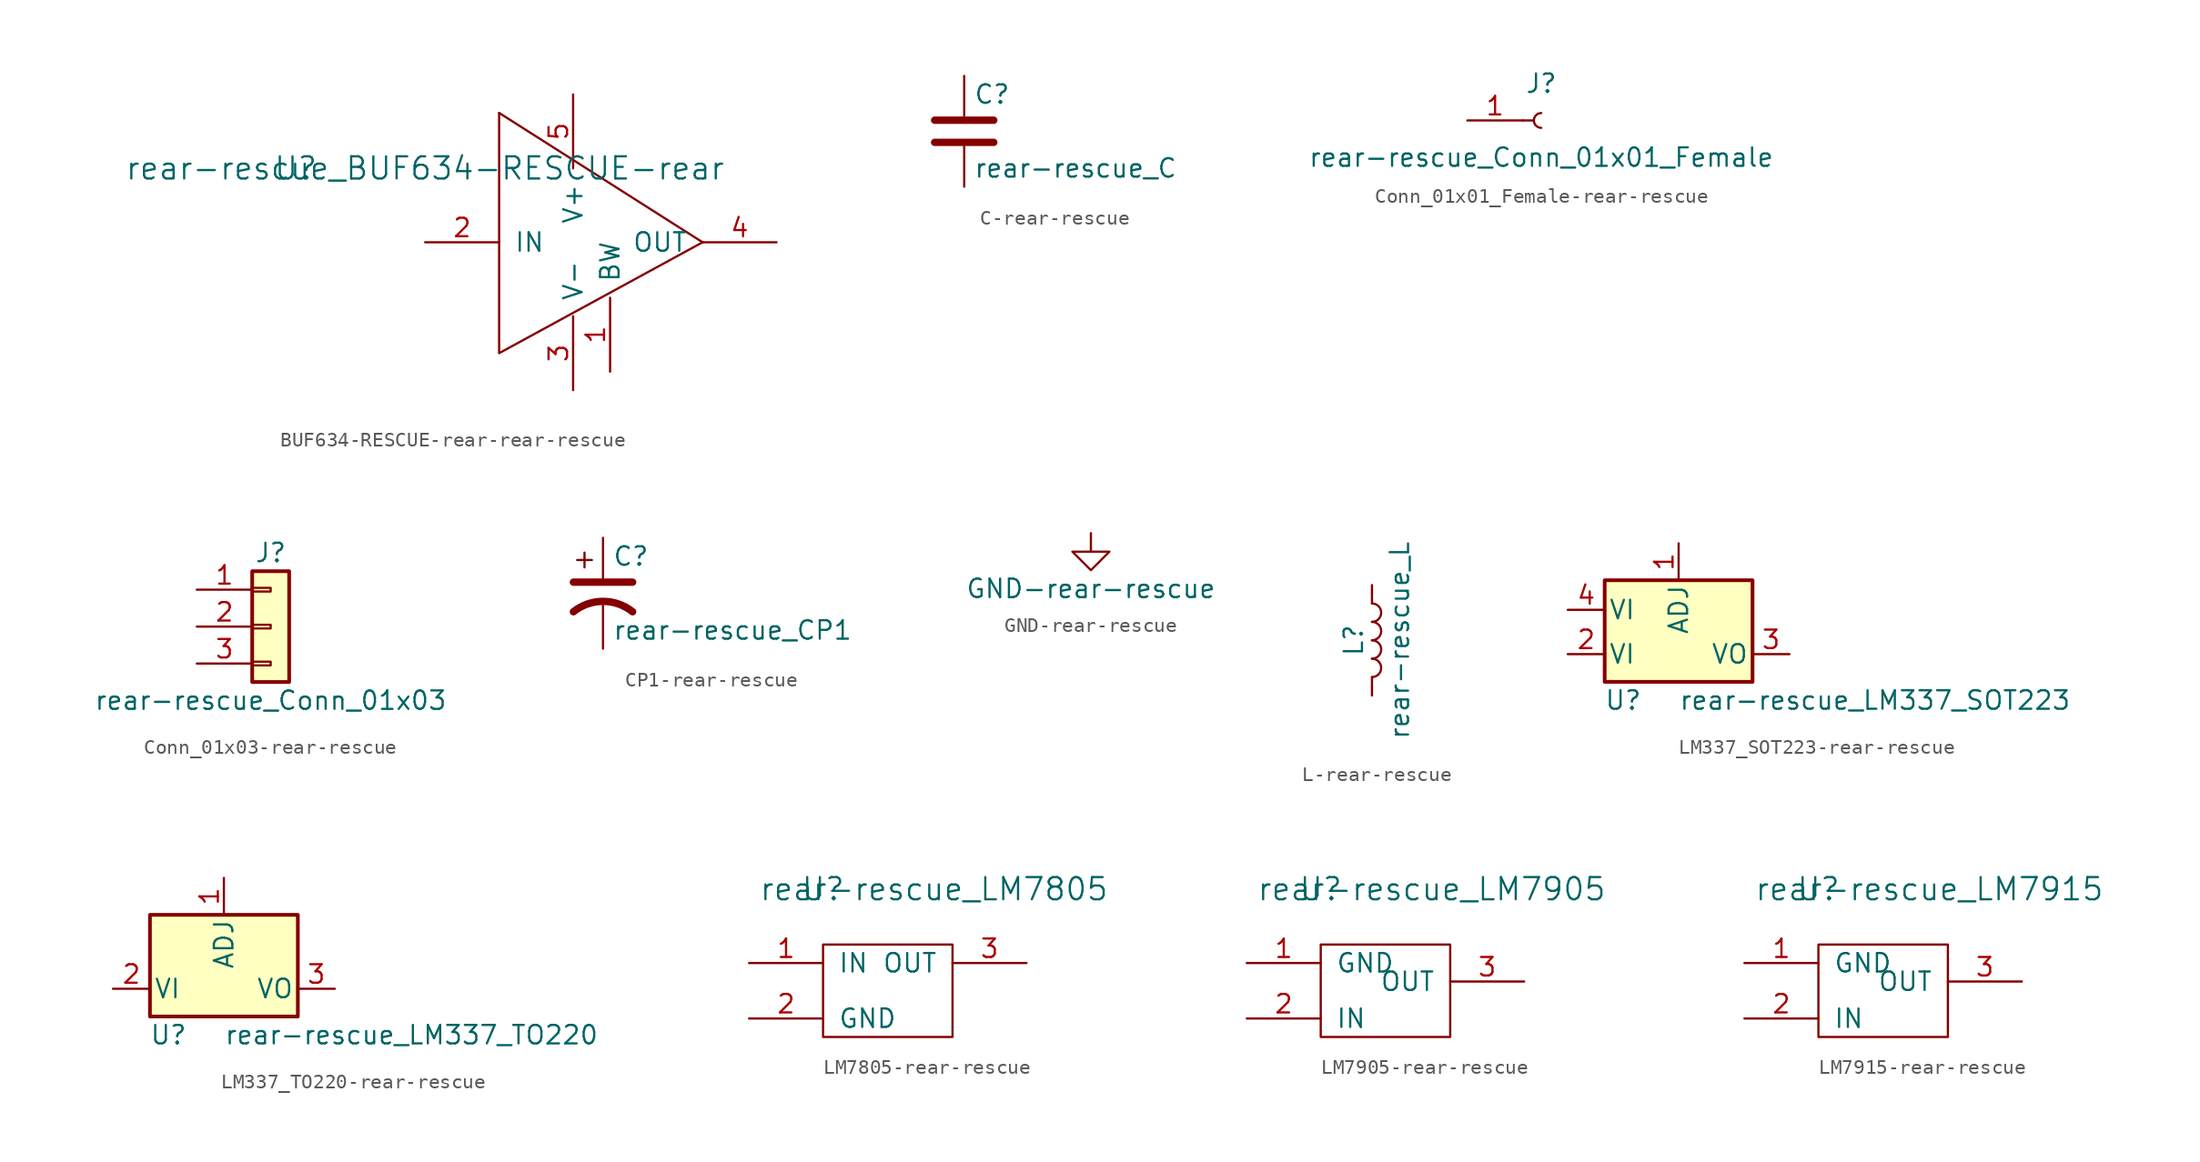
<source format=kicad_sym>
(kicad_symbol_lib
  (version 20220914)
  (generator kicad_symbol_editor)
  (symbol "BUF634-RESCUE-rear-rear-rescue"
    (pin_names
      (offset 1.016))
    (property "Reference" "U"
      (at -10.16 -12.7 0)
      (effects (font (size 1.524 1.524))))
    (property "Value" "rear-rescue_BUF634-RESCUE-rear"
      (at -1.27 -12.7 0)
      (effects (font (size 1.524 1.524))))
    (symbol "BUF634-RESCUE-rear-rear-rescue_0_1"
      (polyline (pts (xy 17.78 -17.78) (xy 3.81 -8.89)) (stroke (width 0) (type solid)) (fill (type none)))
      (polyline (pts (xy 17.78 -17.78) (xy 3.81 -25.4) (xy 3.81 -8.89)) (stroke (width 0) (type solid)) (fill (type none))))
    (symbol "BUF634-RESCUE-rear-rear-rescue_1_1"
      (pin passive line (at 11.43 -26.67 90) (length 5.08) (name "BW" (effects (font (size 1.27 1.27)))) (number "1" (effects (font (size 1.27 1.27)))))
      (pin passive line (at -1.27 -17.78 0) (length 5.08) (name "IN" (effects (font (size 1.27 1.27)))) (number "2" (effects (font (size 1.27 1.27)))))
      (pin passive line (at 8.89 -27.94 90) (length 5.08) (name "V-" (effects (font (size 1.27 1.27)))) (number "3" (effects (font (size 1.27 1.27)))))
      (pin passive line (at 22.86 -17.78 180) (length 5.08) (name "OUT" (effects (font (size 1.27 1.27)))) (number "4" (effects (font (size 1.27 1.27)))))
      (pin passive line (at 8.89 -7.62 270) (length 5.08) (name "V+" (effects (font (size 1.27 1.27)))) (number "5" (effects (font (size 1.27 1.27)))))))
  (symbol "C-rear-rescue"
    (pin_numbers hide)
    (pin_names
      (offset 0.254))
    (property "Reference" "C"
      (at 0.635 2.54 0)
      (effects (font (size 1.27 1.27)) (justify left)))
    (property "Value" "rear-rescue_C"
      (at 0.635 -2.54 0)
      (effects (font (size 1.27 1.27)) (justify left)))
    (symbol "C-rear-rescue_0_1"
      (polyline (pts (xy -2.032 -0.762) (xy 2.032 -0.762)) (stroke (width 0.508) (type solid)) (fill (type none)))
      (polyline (pts (xy -2.032 0.762) (xy 2.032 0.762)) (stroke (width 0.508) (type solid)) (fill (type none))))
    (symbol "C-rear-rescue_1_1"
      (pin passive line (at 0 3.81 270) (length 2.794) (name "~" (effects (font (size 1.27 1.27)))) (number "1" (effects (font (size 1.27 1.27)))))
      (pin passive line (at 0 -3.81 90) (length 2.794) (name "~" (effects (font (size 1.27 1.27)))) (number "2" (effects (font (size 1.27 1.27)))))))
  (symbol "Conn_01x01_Female-rear-rescue"
    (pin_names
      (offset 1.016) hide)
    (property "Reference" "J"
      (at 0 2.54 0)
      (effects (font (size 1.27 1.27))))
    (property "Value" "rear-rescue_Conn_01x01_Female"
      (at 0 -2.54 0)
      (effects (font (size 1.27 1.27))))
    (symbol "Conn_01x01_Female-rear-rescue_1_1"
      (polyline (pts (xy -1.27 0) (xy -0.508 0)) (stroke (width 0.152) (type solid)) (fill (type none)))
      (arc (start 0 0.508) (mid -0.5058 0) (end 0 -0.508) (stroke (width 0.1524) (type solid)) (fill (type none)))
      (pin passive line (at -5.08 0 0) (length 3.81) (name "Pin_1" (effects (font (size 1.27 1.27)))) (number "1" (effects (font (size 1.27 1.27)))))))
  (symbol "Conn_01x03-rear-rescue"
    (pin_names
      (offset 1.016) hide)
    (property "Reference" "J"
      (at 0 5.08 0)
      (effects (font (size 1.27 1.27))))
    (property "Value" "rear-rescue_Conn_01x03"
      (at 0 -5.08 0)
      (effects (font (size 1.27 1.27))))
    (symbol "Conn_01x03-rear-rescue_1_1"
      (rectangle (start -1.27 -2.413) (end 0 -2.667) (stroke (width 0.152) (type solid)) (fill (type none)))
      (rectangle (start -1.27 0.127) (end 0 -0.127) (stroke (width 0.152) (type solid)) (fill (type none)))
      (rectangle (start -1.27 2.667) (end 0 2.413) (stroke (width 0.152) (type solid)) (fill (type none)))
      (rectangle (start -1.27 3.81) (end 1.27 -3.81) (stroke (width 0.254) (type solid)) (fill (type background)))
      (pin passive line (at -5.08 2.54 0) (length 3.81) (name "Pin_1" (effects (font (size 1.27 1.27)))) (number "1" (effects (font (size 1.27 1.27)))))
      (pin passive line (at -5.08 0 0) (length 3.81) (name "Pin_2" (effects (font (size 1.27 1.27)))) (number "2" (effects (font (size 1.27 1.27)))))
      (pin passive line (at -5.08 -2.54 0) (length 3.81) (name "Pin_3" (effects (font (size 1.27 1.27)))) (number "3" (effects (font (size 1.27 1.27)))))))
  (symbol "CP1-rear-rescue"
    (pin_numbers hide)
    (pin_names
      (offset 0.254) hide)
    (property "Reference" "C"
      (at 0.635 2.54 0)
      (effects (font (size 1.27 1.27)) (justify left)))
    (property "Value" "rear-rescue_CP1"
      (at 0.635 -2.54 0)
      (effects (font (size 1.27 1.27)) (justify left)))
    (symbol "CP1-rear-rescue_0_1"
      (polyline (pts (xy -2.032 0.762) (xy 2.032 0.762)) (stroke (width 0.508) (type solid)) (fill (type none)))
      (polyline (pts (xy -1.778 2.286) (xy -0.762 2.286)) (stroke (width 0) (type solid)) (fill (type none)))
      (polyline (pts (xy -1.27 1.778) (xy -1.27 2.794)) (stroke (width 0) (type solid)) (fill (type none)))
      (arc (start 2.032 -1.27) (mid 0 -0.5572) (end -2.032 -1.27) (stroke (width 0.508) (type solid)) (fill (type none))))
    (symbol "CP1-rear-rescue_1_1"
      (pin passive line (at 0 3.81 270) (length 2.794) (name "~" (effects (font (size 1.27 1.27)))) (number "1" (effects (font (size 1.27 1.27)))))
      (pin passive line (at 0 -3.81 90) (length 3.302) (name "~" (effects (font (size 1.27 1.27)))) (number "2" (effects (font (size 1.27 1.27)))))))
  (symbol "GND-rear-rescue"
    (power)
    (pin_names
      (offset 0))
    (property "Reference" "#PWR"
      (at 0 -6.35 0)
      (effects (font (size 1.27 1.27)) hide))
    (property "Value" "GND-rear-rescue"
      (at 0 -3.81 0)
      (effects (font (size 1.27 1.27))))
    (symbol "GND-rear-rescue_0_1"
      (polyline (pts (xy 0 0) (xy 0 -1.27) (xy 1.27 -1.27) (xy 0 -2.54) (xy -1.27 -1.27) (xy 0 -1.27)) (stroke (width 0) (type solid)) (fill (type none))))
    (symbol "GND-rear-rescue_1_1"
      (pin power_in line (at 0 0 270) (length 0) hide (name "GND" (effects (font (size 1.27 1.27)))) (number "1" (effects (font (size 1.27 1.27)))))))
  (symbol "L-rear-rescue"
    (pin_numbers hide)
    (pin_names
      (offset 1.016) hide)
    (property "Reference" "L"
      (at -1.27 0 90)
      (effects (font (size 1.27 1.27))))
    (property "Value" "rear-rescue_L"
      (at 1.905 0 90)
      (effects (font (size 1.27 1.27))))
    (symbol "L-rear-rescue_0_1"
      (arc (start 0 -2.54) (mid 0.6323 -1.905) (end 0 -1.27) (stroke (width 0) (type solid)) (fill (type none)))
      (arc (start 0 -1.27) (mid 0.6323 -0.635) (end 0 0) (stroke (width 0) (type solid)) (fill (type none)))
      (arc (start 0 0) (mid 0.6323 0.635) (end 0 1.27) (stroke (width 0) (type solid)) (fill (type none)))
      (arc (start 0 1.27) (mid 0.6323 1.905) (end 0 2.54) (stroke (width 0) (type solid)) (fill (type none))))
    (symbol "L-rear-rescue_1_1"
      (pin passive line (at 0 3.81 270) (length 1.27) (name "1" (effects (font (size 1.27 1.27)))) (number "1" (effects (font (size 1.27 1.27)))))
      (pin passive line (at 0 -3.81 90) (length 1.27) (name "2" (effects (font (size 1.27 1.27)))) (number "2" (effects (font (size 1.27 1.27)))))))
  (symbol "LM337_SOT223-rear-rescue"
    (pin_names
      (offset 0.254))
    (property "Reference" "U"
      (at -3.81 -3.175 0)
      (effects (font (size 1.27 1.27))))
    (property "Value" "rear-rescue_LM337_SOT223"
      (at 0 -3.175 0)
      (effects (font (size 1.27 1.27)) (justify left)))
    (symbol "LM337_SOT223-rear-rescue_0_1"
      (rectangle (start -5.08 5.08) (end 5.08 -1.905) (stroke (width 0.254) (type solid)) (fill (type background))))
    (symbol "LM337_SOT223-rear-rescue_1_1"
      (pin input line (at 0 7.62 270) (length 2.54) (name "ADJ" (effects (font (size 1.27 1.27)))) (number "1" (effects (font (size 1.27 1.27)))))
      (pin power_in line (at -7.62 0 0) (length 2.54) (name "VI" (effects (font (size 1.27 1.27)))) (number "2" (effects (font (size 1.27 1.27)))))
      (pin power_out line (at 7.62 0 180) (length 2.54) (name "VO" (effects (font (size 1.27 1.27)))) (number "3" (effects (font (size 1.27 1.27)))))
      (pin power_in line (at -7.62 3.048 0) (length 2.54) (name "VI" (effects (font (size 1.27 1.27)))) (number "4" (effects (font (size 1.27 1.27)))))))
  (symbol "LM337_TO220-rear-rescue"
    (pin_names
      (offset 0.254))
    (property "Reference" "U"
      (at -3.81 -3.175 0)
      (effects (font (size 1.27 1.27))))
    (property "Value" "rear-rescue_LM337_TO220"
      (at 0 -3.175 0)
      (effects (font (size 1.27 1.27)) (justify left)))
    (symbol "LM337_TO220-rear-rescue_0_1"
      (rectangle (start -5.08 5.08) (end 5.08 -1.905) (stroke (width 0.254) (type solid)) (fill (type background))))
    (symbol "LM337_TO220-rear-rescue_1_1"
      (pin input line (at 0 7.62 270) (length 2.54) (name "ADJ" (effects (font (size 1.27 1.27)))) (number "1" (effects (font (size 1.27 1.27)))))
      (pin power_in line (at -7.62 0 0) (length 2.54) (name "VI" (effects (font (size 1.27 1.27)))) (number "2" (effects (font (size 1.27 1.27)))))
      (pin power_out line (at 7.62 0 180) (length 2.54) (name "VO" (effects (font (size 1.27 1.27)))) (number "3" (effects (font (size 1.27 1.27)))))))
  (symbol "LM7805-rear-rescue"
    (pin_names
      (offset 1.016))
    (property "Reference" "U"
      (at 0 0 0)
      (effects (font (size 1.524 1.524))))
    (property "Value" "rear-rescue_LM7805"
      (at 7.62 0 0)
      (effects (font (size 1.524 1.524))))
    (symbol "LM7805-rear-rescue_0_1"
      (rectangle (start 0 -3.81) (end 8.89 -10.16) (stroke (width 0) (type solid)) (fill (type none))))
    (symbol "LM7805-rear-rescue_1_1"
      (pin passive line (at -5.08 -5.08 0) (length 5.08) (name "IN" (effects (font (size 1.27 1.27)))) (number "1" (effects (font (size 1.27 1.27)))))
      (pin passive line (at -5.08 -8.89 0) (length 5.08) (name "GND" (effects (font (size 1.27 1.27)))) (number "2" (effects (font (size 1.27 1.27)))))
      (pin passive line (at 13.97 -5.08 180) (length 5.08) (name "OUT" (effects (font (size 1.27 1.27)))) (number "3" (effects (font (size 1.27 1.27)))))))
  (symbol "LM7905-rear-rescue"
    (pin_names
      (offset 1.016))
    (property "Reference" "U"
      (at 0 0 0)
      (effects (font (size 1.524 1.524))))
    (property "Value" "rear-rescue_LM7905"
      (at 7.62 0 0)
      (effects (font (size 1.524 1.524))))
    (symbol "LM7905-rear-rescue_0_1"
      (rectangle (start 0 -3.81) (end 8.89 -10.16) (stroke (width 0) (type solid)) (fill (type none))))
    (symbol "LM7905-rear-rescue_1_1"
      (pin passive line (at -5.08 -5.08 0) (length 5.08) (name "GND" (effects (font (size 1.27 1.27)))) (number "1" (effects (font (size 1.27 1.27)))))
      (pin passive line (at -5.08 -8.89 0) (length 5.08) (name "IN" (effects (font (size 1.27 1.27)))) (number "2" (effects (font (size 1.27 1.27)))))
      (pin passive line (at 13.97 -6.35 180) (length 5.08) (name "OUT" (effects (font (size 1.27 1.27)))) (number "3" (effects (font (size 1.27 1.27)))))))
  (symbol "LM7915-rear-rescue"
    (pin_names
      (offset 1.016))
    (property "Reference" "U"
      (at 0 0 0)
      (effects (font (size 1.524 1.524))))
    (property "Value" "rear-rescue_LM7915"
      (at 7.62 0 0)
      (effects (font (size 1.524 1.524))))
    (symbol "LM7915-rear-rescue_0_1"
      (rectangle (start 0 -3.81) (end 8.89 -10.16) (stroke (width 0) (type solid)) (fill (type none))))
    (symbol "LM7915-rear-rescue_1_1"
      (pin passive line (at -5.08 -5.08 0) (length 5.08) (name "GND" (effects (font (size 1.27 1.27)))) (number "1" (effects (font (size 1.27 1.27)))))
      (pin passive line (at -5.08 -8.89 0) (length 5.08) (name "IN" (effects (font (size 1.27 1.27)))) (number "2" (effects (font (size 1.27 1.27)))))
      (pin passive line (at 13.97 -6.35 180) (length 5.08) (name "OUT" (effects (font (size 1.27 1.27)))) (number "3" (effects (font (size 1.27 1.27))))))))
</source>
